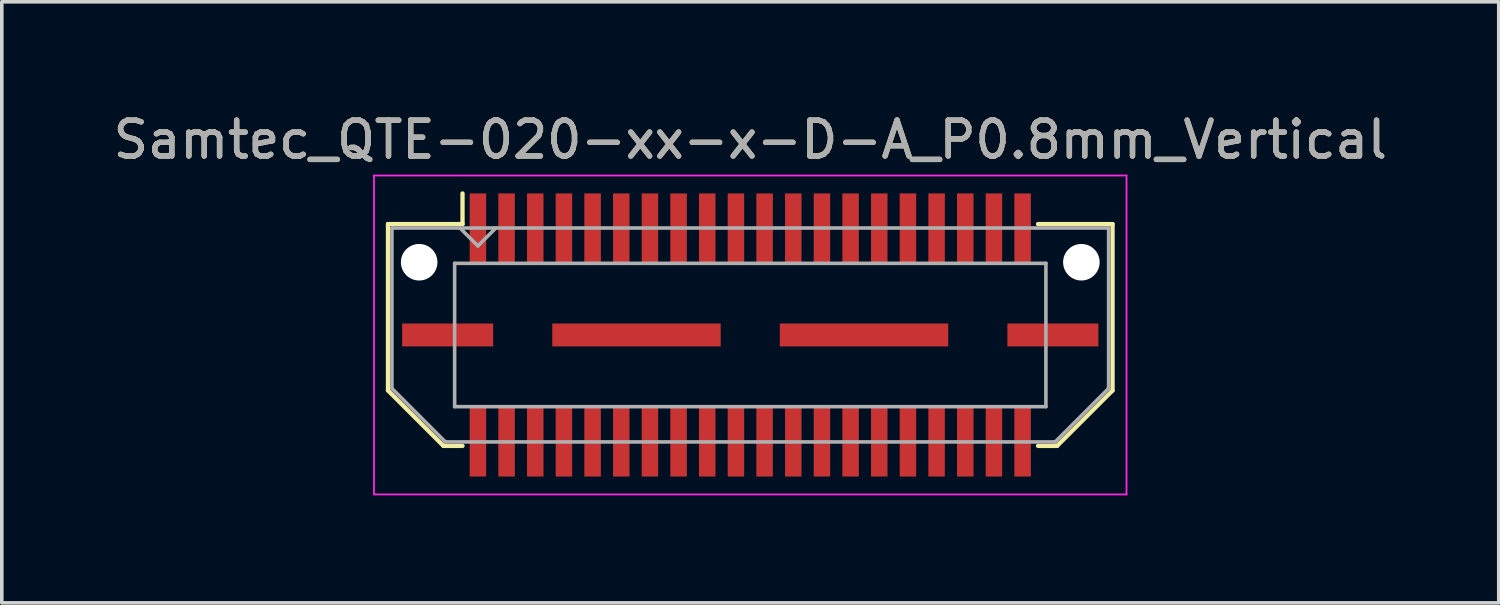
<source format=kicad_pcb>
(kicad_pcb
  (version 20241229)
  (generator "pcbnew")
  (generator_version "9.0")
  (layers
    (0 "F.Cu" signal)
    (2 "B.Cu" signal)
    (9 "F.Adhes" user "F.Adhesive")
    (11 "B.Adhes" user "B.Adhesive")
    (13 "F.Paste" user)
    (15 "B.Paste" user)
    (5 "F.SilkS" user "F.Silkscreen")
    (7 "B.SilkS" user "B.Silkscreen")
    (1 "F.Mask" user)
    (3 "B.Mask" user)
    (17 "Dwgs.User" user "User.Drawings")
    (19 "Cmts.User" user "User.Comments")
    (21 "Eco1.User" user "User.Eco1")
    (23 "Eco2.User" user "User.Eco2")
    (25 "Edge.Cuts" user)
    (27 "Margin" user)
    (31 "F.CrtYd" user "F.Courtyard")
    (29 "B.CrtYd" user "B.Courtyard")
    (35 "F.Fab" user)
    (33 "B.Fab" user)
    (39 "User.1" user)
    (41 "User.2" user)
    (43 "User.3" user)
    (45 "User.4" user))
  (footprint "Samtec_QTE-020-xx-x-D-A_P0.8mm_Vertical"
    (layer "F.Cu")
    (at 17.887 6.298)
    (property "Reference" "Samtec_QTE-020-xx-x-D-A_P0.8mm_Vertical" (at 0 -5.45 0) (layer "F.SilkS") (effects (font (size 1 1) (thickness 0.15))))
    (attr smd)
    (fp_line (start -10.11 -3.095) (end -10.11 1.548) (stroke (width 0.12) (type solid)) (layer "F.SilkS"))
    (fp_line (start -10.11 1.548) (end -8.562 3.095) (stroke (width 0.12) (type solid)) (layer "F.SilkS"))
    (fp_line (start -8.562 3.095) (end -8.03 3.095) (stroke (width 0.12) (type solid)) (layer "F.SilkS"))
    (fp_line (start -8.03 -3.95) (end -8.03 -3.095) (stroke (width 0.12) (type solid)) (layer "F.SilkS"))
    (fp_line (start -8.03 -3.095) (end -10.11 -3.095) (stroke (width 0.12) (type solid)) (layer "F.SilkS"))
    (fp_line (start 8.03 -3.095) (end 10.11 -3.095) (stroke (width 0.12) (type solid)) (layer "F.SilkS"))
    (fp_line (start 8.562 3.095) (end 8.03 3.095) (stroke (width 0.12) (type solid)) (layer "F.SilkS"))
    (fp_line (start 10.11 -3.095) (end 10.11 1.548) (stroke (width 0.12) (type solid)) (layer "F.SilkS"))
    (fp_line (start 10.11 1.548) (end 8.562 3.095) (stroke (width 0.12) (type solid)) (layer "F.SilkS"))
    (fp_line (start -10.5 -4.45) (end -10.5 4.45) (stroke (width 0.05) (type solid)) (layer "F.CrtYd"))
    (fp_line (start -10.5 4.45) (end 10.5 4.45) (stroke (width 0.05) (type solid)) (layer "F.CrtYd"))
    (fp_line (start 10.5 -4.45) (end -10.5 -4.45) (stroke (width 0.05) (type solid)) (layer "F.CrtYd"))
    (fp_line (start 10.5 4.45) (end 10.5 -4.45) (stroke (width 0.05) (type solid)) (layer "F.CrtYd"))
    (fp_line (start -10 -2.985) (end -10 1.492) (stroke (width 0.1) (type solid)) (layer "F.Fab"))
    (fp_line (start -10 -2.985) (end 10 -2.985) (stroke (width 0.1) (type solid)) (layer "F.Fab"))
    (fp_line (start -10 1.492) (end -8.508 2.985) (stroke (width 0.1) (type solid)) (layer "F.Fab"))
    (fp_line (start -8.508 2.985) (end 8.508 2.985) (stroke (width 0.1) (type solid)) (layer "F.Fab"))
    (fp_line (start -8.25 -2) (end -8.25 2) (stroke (width 0.1) (type solid)) (layer "F.Fab"))
    (fp_line (start -8.25 2) (end 8.25 2) (stroke (width 0.1) (type solid)) (layer "F.Fab"))
    (fp_line (start -7.6 -2.485) (end -8.1 -2.985) (stroke (width 0.1) (type solid)) (layer "F.Fab"))
    (fp_line (start -7.1 -2.985) (end -7.6 -2.485) (stroke (width 0.1) (type solid)) (layer "F.Fab"))
    (fp_line (start 8.25 -2) (end -8.25 -2) (stroke (width 0.1) (type solid)) (layer "F.Fab"))
    (fp_line (start 8.25 2) (end 8.25 -2) (stroke (width 0.1) (type solid)) (layer "F.Fab"))
    (fp_line (start 10 -2.985) (end 10 1.492) (stroke (width 0.1) (type solid)) (layer "F.Fab"))
    (fp_line (start 10 1.492) (end 8.508 2.985) (stroke (width 0.1) (type solid)) (layer "F.Fab"))
    (fp_text user "${REFERENCE}" (at 0 -5.45 0) (layer "F.Fab") (effects (font (size 1 1) (thickness 0.15))))
    (pad "" np_thru_hole circle (at -9.24 -2.03) (size 1.02 1.02) (drill 1.02) (layers "*.Cu" "*.Mask"))
    (pad "" np_thru_hole circle (at 9.24 -2.03) (size 1.02 1.02) (drill 1.02) (layers "*.Cu" "*.Mask"))
    (pad "1" smd rect (at -7.6 -2.98) (size 0.46 1.94) (layers "F.Cu" "F.Mask" "F.Paste"))
    (pad "2" smd rect (at -7.6 2.98) (size 0.46 1.94) (layers "F.Cu" "F.Mask" "F.Paste"))
    (pad "3" smd rect (at -6.8 -2.98) (size 0.46 1.94) (layers "F.Cu" "F.Mask" "F.Paste"))
    (pad "4" smd rect (at -6.8 2.98) (size 0.46 1.94) (layers "F.Cu" "F.Mask" "F.Paste"))
    (pad "5" smd rect (at -6 -2.98) (size 0.46 1.94) (layers "F.Cu" "F.Mask" "F.Paste"))
    (pad "6" smd rect (at -6 2.98) (size 0.46 1.94) (layers "F.Cu" "F.Mask" "F.Paste"))
    (pad "7" smd rect (at -5.2 -2.98) (size 0.46 1.94) (layers "F.Cu" "F.Mask" "F.Paste"))
    (pad "8" smd rect (at -5.2 2.98) (size 0.46 1.94) (layers "F.Cu" "F.Mask" "F.Paste"))
    (pad "9" smd rect (at -4.4 -2.98) (size 0.46 1.94) (layers "F.Cu" "F.Mask" "F.Paste"))
    (pad "10" smd rect (at -4.4 2.98) (size 0.46 1.94) (layers "F.Cu" "F.Mask" "F.Paste"))
    (pad "11" smd rect (at -3.6 -2.98) (size 0.46 1.94) (layers "F.Cu" "F.Mask" "F.Paste"))
    (pad "12" smd rect (at -3.6 2.98) (size 0.46 1.94) (layers "F.Cu" "F.Mask" "F.Paste"))
    (pad "13" smd rect (at -2.8 -2.98) (size 0.46 1.94) (layers "F.Cu" "F.Mask" "F.Paste"))
    (pad "14" smd rect (at -2.8 2.98) (size 0.46 1.94) (layers "F.Cu" "F.Mask" "F.Paste"))
    (pad "15" smd rect (at -2 -2.98) (size 0.46 1.94) (layers "F.Cu" "F.Mask" "F.Paste"))
    (pad "16" smd rect (at -2 2.98) (size 0.46 1.94) (layers "F.Cu" "F.Mask" "F.Paste"))
    (pad "17" smd rect (at -1.2 -2.98) (size 0.46 1.94) (layers "F.Cu" "F.Mask" "F.Paste"))
    (pad "18" smd rect (at -1.2 2.98) (size 0.46 1.94) (layers "F.Cu" "F.Mask" "F.Paste"))
    (pad "19" smd rect (at -0.4 -2.98) (size 0.46 1.94) (layers "F.Cu" "F.Mask" "F.Paste"))
    (pad "20" smd rect (at -0.4 2.98) (size 0.46 1.94) (layers "F.Cu" "F.Mask" "F.Paste"))
    (pad "21" smd rect (at 0.4 -2.98) (size 0.46 1.94) (layers "F.Cu" "F.Mask" "F.Paste"))
    (pad "22" smd rect (at 0.4 2.98) (size 0.46 1.94) (layers "F.Cu" "F.Mask" "F.Paste"))
    (pad "23" smd rect (at 1.2 -2.98) (size 0.46 1.94) (layers "F.Cu" "F.Mask" "F.Paste"))
    (pad "24" smd rect (at 1.2 2.98) (size 0.46 1.94) (layers "F.Cu" "F.Mask" "F.Paste"))
    (pad "25" smd rect (at 2 -2.98) (size 0.46 1.94) (layers "F.Cu" "F.Mask" "F.Paste"))
    (pad "26" smd rect (at 2 2.98) (size 0.46 1.94) (layers "F.Cu" "F.Mask" "F.Paste"))
    (pad "27" smd rect (at 2.8 -2.98) (size 0.46 1.94) (layers "F.Cu" "F.Mask" "F.Paste"))
    (pad "28" smd rect (at 2.8 2.98) (size 0.46 1.94) (layers "F.Cu" "F.Mask" "F.Paste"))
    (pad "29" smd rect (at 3.6 -2.98) (size 0.46 1.94) (layers "F.Cu" "F.Mask" "F.Paste"))
    (pad "30" smd rect (at 3.6 2.98) (size 0.46 1.94) (layers "F.Cu" "F.Mask" "F.Paste"))
    (pad "31" smd rect (at 4.4 -2.98) (size 0.46 1.94) (layers "F.Cu" "F.Mask" "F.Paste"))
    (pad "32" smd rect (at 4.4 2.98) (size 0.46 1.94) (layers "F.Cu" "F.Mask" "F.Paste"))
    (pad "33" smd rect (at 5.2 -2.98) (size 0.46 1.94) (layers "F.Cu" "F.Mask" "F.Paste"))
    (pad "34" smd rect (at 5.2 2.98) (size 0.46 1.94) (layers "F.Cu" "F.Mask" "F.Paste"))
    (pad "35" smd rect (at 6 -2.98) (size 0.46 1.94) (layers "F.Cu" "F.Mask" "F.Paste"))
    (pad "36" smd rect (at 6 2.98) (size 0.46 1.94) (layers "F.Cu" "F.Mask" "F.Paste"))
    (pad "37" smd rect (at 6.8 -2.98) (size 0.46 1.94) (layers "F.Cu" "F.Mask" "F.Paste"))
    (pad "38" smd rect (at 6.8 2.98) (size 0.46 1.94) (layers "F.Cu" "F.Mask" "F.Paste"))
    (pad "39" smd rect (at 7.6 -2.98) (size 0.46 1.94) (layers "F.Cu" "F.Mask" "F.Paste"))
    (pad "40" smd rect (at 7.6 2.98) (size 0.46 1.94) (layers "F.Cu" "F.Mask" "F.Paste"))
    (pad "P1" smd rect (at -8.445 0) (size 2.54 0.64) (layers "F.Cu" "F.Mask" "F.Paste"))
    (pad "P1" smd rect (at -3.175 0) (size 4.7 0.64) (layers "F.Cu" "F.Mask" "F.Paste"))
    (pad "P1" smd rect (at 3.175 0) (size 4.7 0.64) (layers "F.Cu" "F.Mask" "F.Paste"))
    (pad "P1" smd rect (at 8.445 0) (size 2.54 0.64) (layers "F.Cu" "F.Mask" "F.Paste")))
  (gr_rect
    (start -3 -3)
    (end 38.774 13.773)
    (stroke (width 0.1) (type default))
    (fill no)
    (layer "Edge.Cuts")))
</source>
